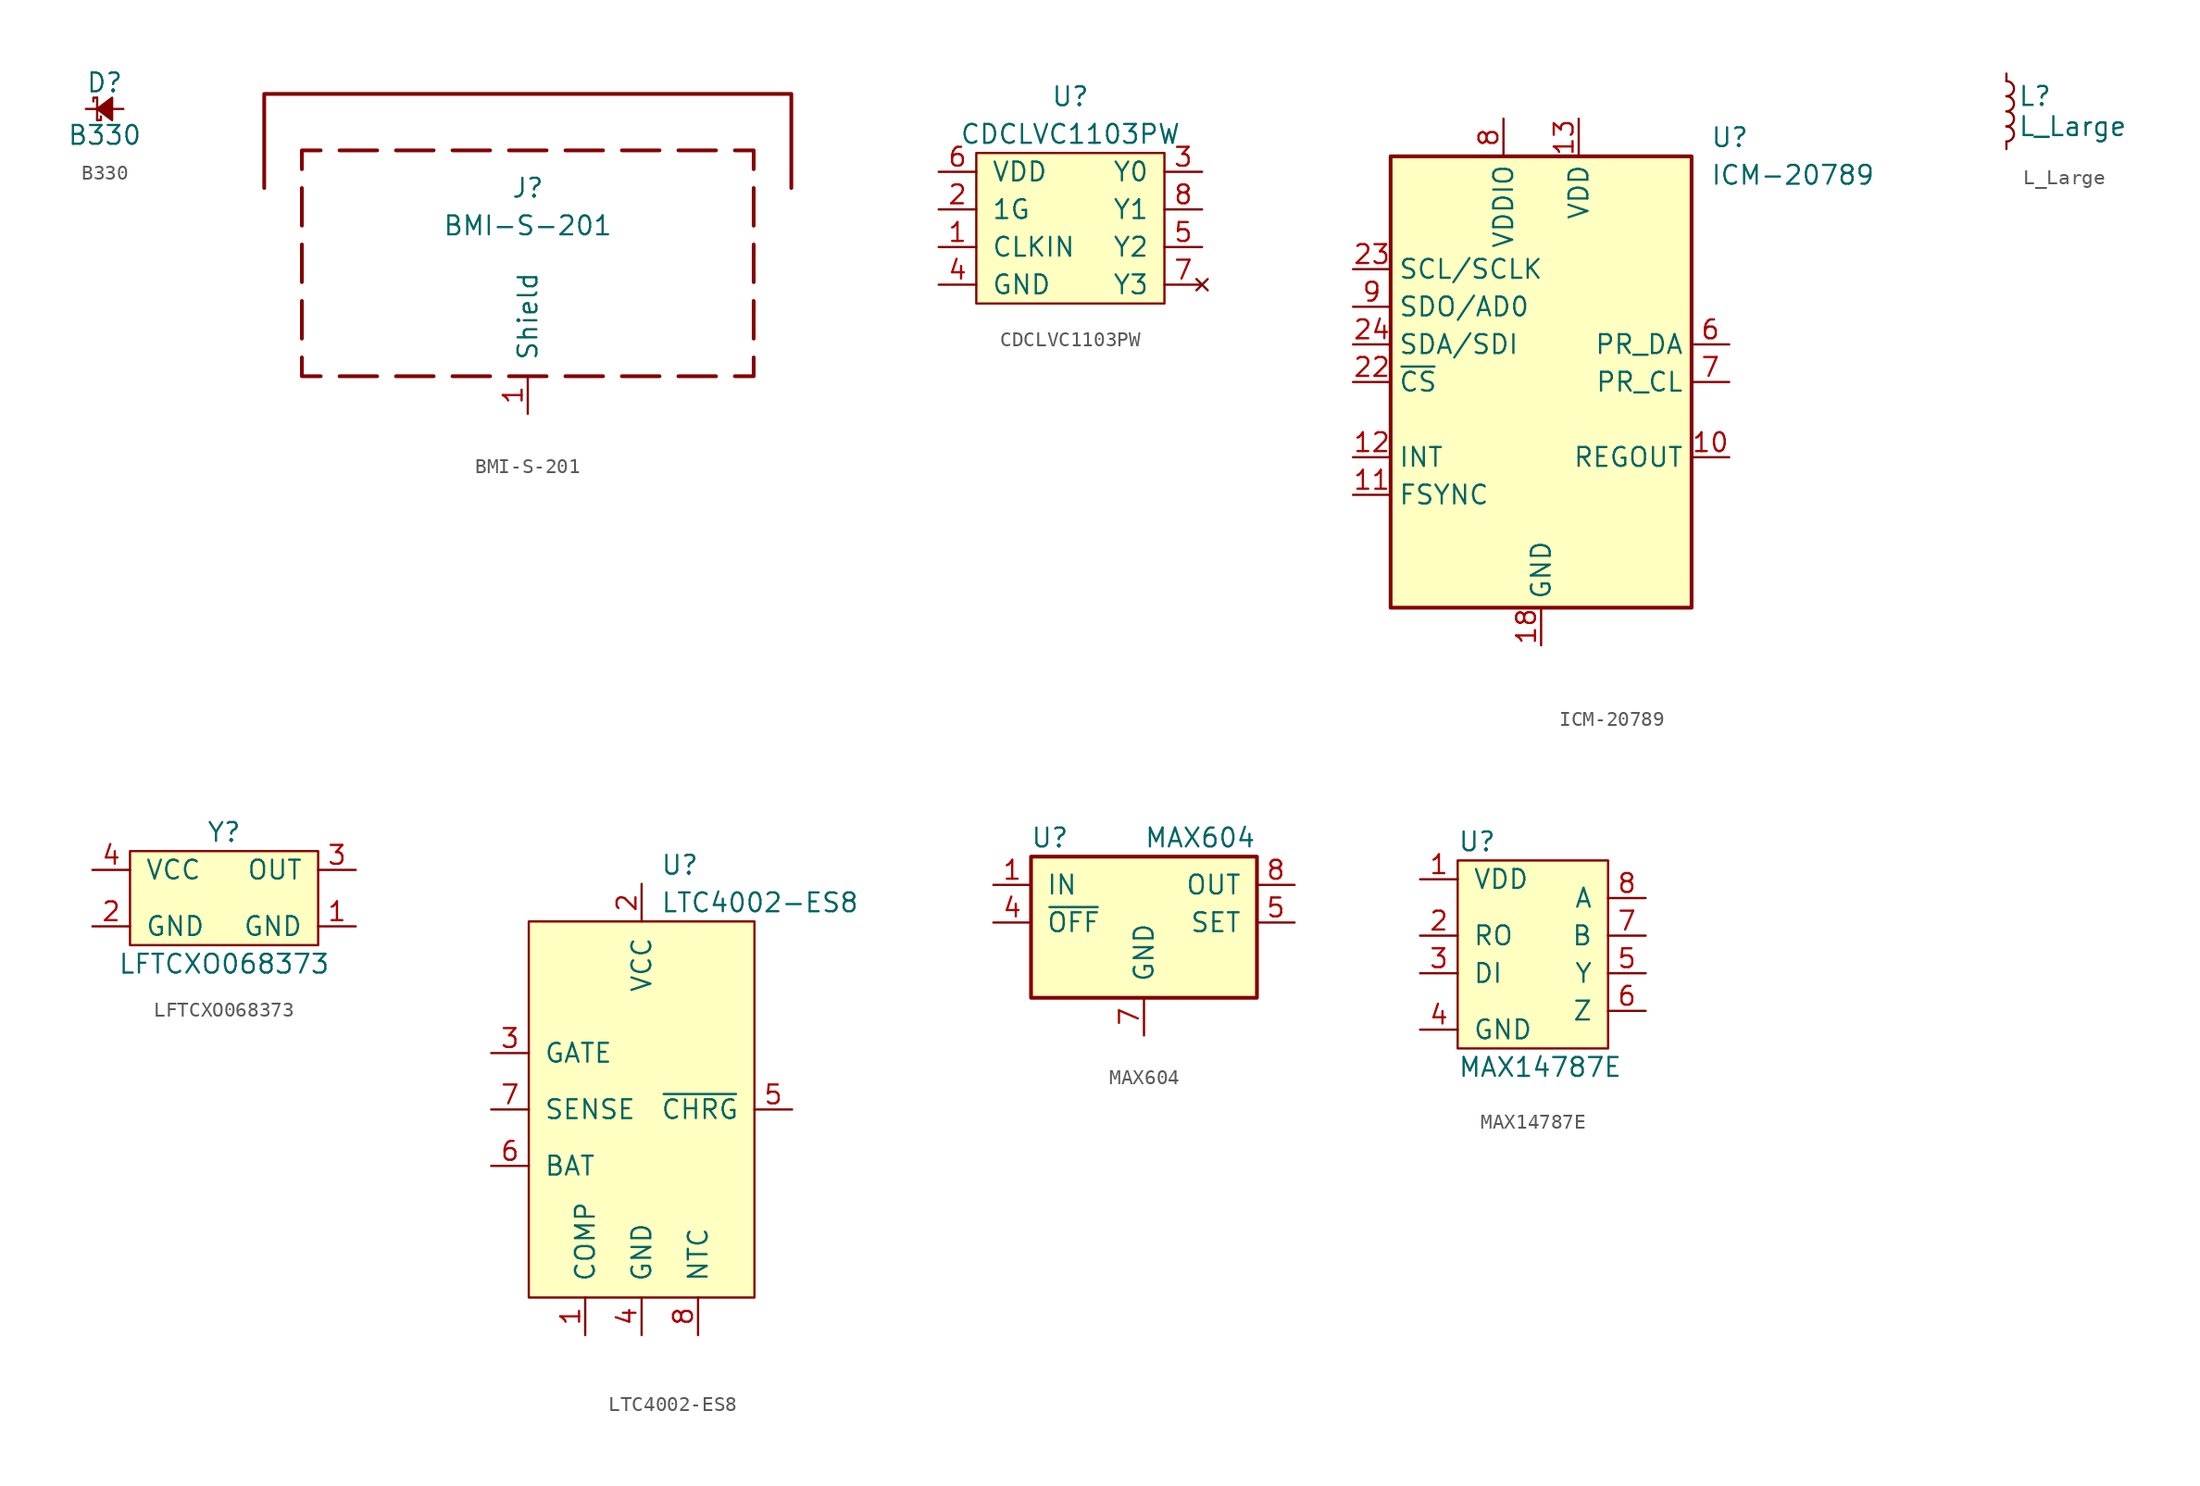
<source format=kicad_sym>
(kicad_symbol_lib
  (version 20211014)
  (generator kicad_symbol_editor)
  (symbol "B330"
    (pin_numbers hide)
    (pin_names
      (offset 1.016) hide)
    (property "Reference" "D"
      (at 1.27 1.778 0)
      (effects (font (size 1.27 1.27))))
    (property "Value" "B330"
      (at 1.27 -1.778 0)
      (effects (font (size 1.27 1.27))))
    (symbol "B330_0_1"
      (polyline (pts (xy 0.762 0.762) (xy 0.762 -0.762)) (stroke (width 0) (type default) (color 0 0 0 0)) (fill (type none)))
      (polyline (pts (xy 0.762 -0.762) (xy 1.016 -0.762) (xy 1.016 -0.508)) (stroke (width 0) (type default) (color 0 0 0 0)) (fill (type none)))
      (polyline (pts (xy 0.762 0.762) (xy 0.508 0.762) (xy 0.508 0.508)) (stroke (width 0) (type default) (color 0 0 0 0)) (fill (type none)))
      (polyline (pts (xy 1.778 0.762) (xy 0.762 0) (xy 1.778 -0.762) (xy 1.778 0.762)) (stroke (width 0) (type default) (color 0 0 0 0)) (fill (type outline))))
    (symbol "B330_1_1"
      (pin passive line (at 0 0 0) (length 0.762) (name "~" (effects (font (size 1.27 1.27)))) (number "1" (effects (font (size 1.27 1.27)))))
      (pin passive line (at 2.54 0 180) (length 0.762) (name "~" (effects (font (size 1.27 1.27)))) (number "2" (effects (font (size 1.27 1.27)))))))
  (symbol "BMI-S-201"
    (pin_names
      (offset 1.016))
    (property "Reference" "J"
      (at 0 5.08 0)
      (effects (font (size 1.27 1.27))))
    (property "Value" "BMI-S-201"
      (at 0 2.54 0)
      (effects (font (size 1.27 1.27))))
    (symbol "BMI-S-201_0_1"
      (polyline (pts (xy -15.24 -5.08) (xy -15.24 -2.54)) (stroke (width 0.254) (type default) (color 0 0 0 0)) (fill (type none)))
      (polyline (pts (xy -15.24 -1.27) (xy -15.24 1.27)) (stroke (width 0.254) (type default) (color 0 0 0 0)) (fill (type none)))
      (polyline (pts (xy -15.24 2.54) (xy -15.24 5.08)) (stroke (width 0.254) (type default) (color 0 0 0 0)) (fill (type none)))
      (polyline (pts (xy -12.7 7.62) (xy -10.16 7.62)) (stroke (width 0.254) (type default) (color 0 0 0 0)) (fill (type none)))
      (polyline (pts (xy -10.16 -7.62) (xy -12.7 -7.62)) (stroke (width 0.254) (type default) (color 0 0 0 0)) (fill (type none)))
      (polyline (pts (xy -6.35 -7.62) (xy -8.89 -7.62)) (stroke (width 0.254) (type default) (color 0 0 0 0)) (fill (type none)))
      (polyline (pts (xy -6.35 7.62) (xy -8.89 7.62)) (stroke (width 0.254) (type default) (color 0 0 0 0)) (fill (type none)))
      (polyline (pts (xy -2.54 -7.62) (xy -5.08 -7.62)) (stroke (width 0.254) (type default) (color 0 0 0 0)) (fill (type none)))
      (polyline (pts (xy -2.54 7.62) (xy -5.08 7.62)) (stroke (width 0.254) (type default) (color 0 0 0 0)) (fill (type none)))
      (polyline (pts (xy -1.27 -7.62) (xy 1.27 -7.62)) (stroke (width 0.254) (type default) (color 0 0 0 0)) (fill (type none)))
      (polyline (pts (xy 1.27 7.62) (xy -1.27 7.62)) (stroke (width 0.254) (type default) (color 0 0 0 0)) (fill (type none)))
      (polyline (pts (xy 2.54 -7.62) (xy 5.08 -7.62)) (stroke (width 0.254) (type default) (color 0 0 0 0)) (fill (type none)))
      (polyline (pts (xy 5.08 7.62) (xy 2.54 7.62)) (stroke (width 0.254) (type default) (color 0 0 0 0)) (fill (type none)))
      (polyline (pts (xy 6.35 -7.62) (xy 8.89 -7.62)) (stroke (width 0.254) (type default) (color 0 0 0 0)) (fill (type none)))
      (polyline (pts (xy 8.89 7.62) (xy 6.35 7.62)) (stroke (width 0.254) (type default) (color 0 0 0 0)) (fill (type none)))
      (polyline (pts (xy 10.16 -7.62) (xy 12.7 -7.62)) (stroke (width 0.254) (type default) (color 0 0 0 0)) (fill (type none)))
      (polyline (pts (xy 12.7 7.62) (xy 10.16 7.62)) (stroke (width 0.254) (type default) (color 0 0 0 0)) (fill (type none)))
      (polyline (pts (xy 15.24 -5.08) (xy 15.24 -2.54)) (stroke (width 0.254) (type default) (color 0 0 0 0)) (fill (type none)))
      (polyline (pts (xy 15.24 -1.27) (xy 15.24 1.27)) (stroke (width 0.254) (type default) (color 0 0 0 0)) (fill (type none)))
      (polyline (pts (xy 15.24 2.54) (xy 15.24 5.08)) (stroke (width 0.254) (type default) (color 0 0 0 0)) (fill (type none)))
      (polyline (pts (xy -15.24 6.35) (xy -15.24 7.62) (xy -13.97 7.62)) (stroke (width 0.254) (type default) (color 0 0 0 0)) (fill (type none)))
      (polyline (pts (xy -13.97 -7.62) (xy -15.24 -7.62) (xy -15.24 -6.35)) (stroke (width 0.254) (type default) (color 0 0 0 0)) (fill (type none)))
      (polyline (pts (xy 13.97 -7.62) (xy 15.24 -7.62) (xy 15.24 -6.35)) (stroke (width 0.254) (type default) (color 0 0 0 0)) (fill (type none)))
      (polyline (pts (xy 15.24 6.35) (xy 15.24 7.62) (xy 13.97 7.62)) (stroke (width 0.254) (type default) (color 0 0 0 0)) (fill (type none)))
      (polyline (pts (xy -17.78 5.08) (xy -17.78 11.43) (xy 17.78 11.43) (xy 17.78 5.08)) (stroke (width 0.254) (type default) (color 0 0 0 0)) (fill (type none))))
    (symbol "BMI-S-201_1_1"
      (pin passive line (at 0 -10.16 90) (length 2.54) (name "Shield" (effects (font (size 1.27 1.27)))) (number "1" (effects (font (size 1.27 1.27)))))))
  (symbol "CDCLVC1103PW"
    (pin_names
      (offset 1.016))
    (property "Reference" "U"
      (at 0 8.89 0)
      (effects (font (size 1.27 1.27))))
    (property "Value" "CDCLVC1103PW"
      (at 0 6.35 0)
      (effects (font (size 1.27 1.27))))
    (symbol "CDCLVC1103PW_0_0"
      (pin input line (at -8.89 -1.27 0) (length 2.54) (name "CLKIN" (effects (font (size 1.27 1.27)))) (number "1" (effects (font (size 1.27 1.27)))))
      (pin input line (at -8.89 1.27 0) (length 2.54) (name "1G" (effects (font (size 1.27 1.27)))) (number "2" (effects (font (size 1.27 1.27)))))
      (pin output line (at 8.89 3.81 180) (length 2.54) (name "Y0" (effects (font (size 1.27 1.27)))) (number "3" (effects (font (size 1.27 1.27)))))
      (pin power_in line (at -8.89 -3.81 0) (length 2.54) (name "GND" (effects (font (size 1.27 1.27)))) (number "4" (effects (font (size 1.27 1.27)))))
      (pin output line (at 8.89 -1.27 180) (length 2.54) (name "Y2" (effects (font (size 1.27 1.27)))) (number "5" (effects (font (size 1.27 1.27)))))
      (pin power_in line (at -8.89 3.81 0) (length 2.54) (name "VDD" (effects (font (size 1.27 1.27)))) (number "6" (effects (font (size 1.27 1.27)))))
      (pin no_connect line (at 8.89 -3.81 180) (length 2.54) (name "Y3" (effects (font (size 1.27 1.27)))) (number "7" (effects (font (size 1.27 1.27)))))
      (pin output line (at 8.89 1.27 180) (length 2.54) (name "Y1" (effects (font (size 1.27 1.27)))) (number "8" (effects (font (size 1.27 1.27))))))
    (symbol "CDCLVC1103PW_0_1"
      (rectangle (start -6.35 5.08) (end 6.35 -5.08) (stroke (width 0) (type default) (color 0 0 0 0)) (fill (type background)))))
  (symbol "ICM-20789"
    (property "Reference" "U"
      (at 11.43 16.51 0)
      (effects (font (size 1.27 1.27)) (justify left)))
    (property "Value" "ICM-20789"
      (at 11.43 13.97 0)
      (effects (font (size 1.27 1.27)) (justify left)))
    (symbol "ICM-20789_0_1"
      (rectangle (start -10.16 15.24) (end 10.16 -15.24) (stroke (width 0.254) (type default) (color 0 0 0 0)) (fill (type background))))
    (symbol "ICM-20789_1_1"
      (pin no_connect line (at -12.7 12.7 0) (length 2.54) hide (name "NC" (effects (font (size 1.27 1.27)))) (number "1" (effects (font (size 1.27 1.27)))))
      (pin passive line (at 12.7 -5.08 180) (length 2.54) (name "REGOUT" (effects (font (size 1.27 1.27)))) (number "10" (effects (font (size 1.27 1.27)))))
      (pin input line (at -12.7 -7.62 0) (length 2.54) (name "FSYNC" (effects (font (size 1.27 1.27)))) (number "11" (effects (font (size 1.27 1.27)))))
      (pin output line (at -12.7 -5.08 0) (length 2.54) (name "INT" (effects (font (size 1.27 1.27)))) (number "12" (effects (font (size 1.27 1.27)))))
      (pin power_in line (at 2.54 17.78 270) (length 2.54) (name "VDD" (effects (font (size 1.27 1.27)))) (number "13" (effects (font (size 1.27 1.27)))))
      (pin no_connect line (at 12.7 10.16 180) (length 2.54) hide (name "NC" (effects (font (size 1.27 1.27)))) (number "14" (effects (font (size 1.27 1.27)))))
      (pin no_connect line (at 12.7 7.62 180) (length 2.54) hide (name "NC" (effects (font (size 1.27 1.27)))) (number "15" (effects (font (size 1.27 1.27)))))
      (pin no_connect line (at 12.7 -7.62 180) (length 2.54) hide (name "NC" (effects (font (size 1.27 1.27)))) (number "16" (effects (font (size 1.27 1.27)))))
      (pin no_connect line (at 12.7 -10.16 180) (length 2.54) hide (name "NC" (effects (font (size 1.27 1.27)))) (number "17" (effects (font (size 1.27 1.27)))))
      (pin power_in line (at 0 -17.78 90) (length 2.54) (name "GND" (effects (font (size 1.27 1.27)))) (number "18" (effects (font (size 1.27 1.27)))))
      (pin no_connect line (at 12.7 -12.7 180) (length 2.54) hide (name "NC" (effects (font (size 1.27 1.27)))) (number "19" (effects (font (size 1.27 1.27)))))
      (pin no_connect line (at -12.7 10.16 0) (length 2.54) hide (name "NC" (effects (font (size 1.27 1.27)))) (number "2" (effects (font (size 1.27 1.27)))))
      (pin no_connect line (at 0 -17.78 90) (length 2.54) hide (name "NC" (effects (font (size 1.27 1.27)))) (number "20" (effects (font (size 1.27 1.27)))))
      (pin no_connect line (at 12.7 5.08 180) (length 2.54) hide (name "NC" (effects (font (size 1.27 1.27)))) (number "21" (effects (font (size 1.27 1.27)))))
      (pin input line (at -12.7 0 0) (length 2.54) (name "~{CS}" (effects (font (size 1.27 1.27)))) (number "22" (effects (font (size 1.27 1.27)))))
      (pin input line (at -12.7 7.62 0) (length 2.54) (name "SCL/SCLK" (effects (font (size 1.27 1.27)))) (number "23" (effects (font (size 1.27 1.27)))))
      (pin bidirectional line (at -12.7 2.54 0) (length 2.54) (name "SDA/SDI" (effects (font (size 1.27 1.27)))) (number "24" (effects (font (size 1.27 1.27)))))
      (pin no_connect line (at -12.7 -2.54 0) (length 2.54) hide (name "NC" (effects (font (size 1.27 1.27)))) (number "3" (effects (font (size 1.27 1.27)))))
      (pin no_connect line (at -12.7 -10.16 0) (length 2.54) hide (name "NC" (effects (font (size 1.27 1.27)))) (number "4" (effects (font (size 1.27 1.27)))))
      (pin no_connect line (at -12.7 -12.7 0) (length 2.54) hide (name "NC" (effects (font (size 1.27 1.27)))) (number "5" (effects (font (size 1.27 1.27)))))
      (pin bidirectional line (at 12.7 2.54 180) (length 2.54) (name "PR_DA" (effects (font (size 1.27 1.27)))) (number "6" (effects (font (size 1.27 1.27)))))
      (pin input line (at 12.7 0 180) (length 2.54) (name "PR_CL" (effects (font (size 1.27 1.27)))) (number "7" (effects (font (size 1.27 1.27)))))
      (pin power_in line (at -2.54 17.78 270) (length 2.54) (name "VDDIO" (effects (font (size 1.27 1.27)))) (number "8" (effects (font (size 1.27 1.27)))))
      (pin bidirectional line (at -12.7 5.08 0) (length 2.54) (name "SDO/AD0" (effects (font (size 1.27 1.27)))) (number "9" (effects (font (size 1.27 1.27)))))))
  (symbol "L_Large"
    (pin_numbers hide)
    (pin_names
      (offset 0.254) hide)
    (property "Reference" "L"
      (at 0.762 1.016 0)
      (effects (font (size 1.27 1.27)) (justify left)))
    (property "Value" "L_Large"
      (at 0.762 -1.016 0)
      (effects (font (size 1.27 1.27)) (justify left)))
    (symbol "L_Large_0_1"
      (arc (start 0 -2.032) (mid 0.508 -1.524) (end 0 -1.016) (stroke (width 0) (type default) (color 0 0 0 0)) (fill (type none)))
      (arc (start 0 -1.016) (mid 0.508 -0.508) (end 0 0) (stroke (width 0) (type default) (color 0 0 0 0)) (fill (type none)))
      (arc (start 0 0) (mid 0.508 0.508) (end 0 1.016) (stroke (width 0) (type default) (color 0 0 0 0)) (fill (type none)))
      (arc (start 0 1.016) (mid 0.508 1.524) (end 0 2.032) (stroke (width 0) (type default) (color 0 0 0 0)) (fill (type none))))
    (symbol "L_Large_1_1"
      (pin passive line (at 0 2.54 270) (length 0.508) (name "~" (effects (font (size 1.27 1.27)))) (number "1" (effects (font (size 1.27 1.27)))))
      (pin passive line (at 0 -2.54 90) (length 0.508) (name "~" (effects (font (size 1.27 1.27)))) (number "2" (effects (font (size 1.27 1.27)))))))
  (symbol "LFTCXO068373"
    (pin_names
      (offset 1.016))
    (property "Reference" "Y"
      (at 0 3.81 0)
      (effects (font (size 1.27 1.27))))
    (property "Value" "LFTCXO068373"
      (at 0 -5.08 0)
      (effects (font (size 1.27 1.27))))
    (symbol "LFTCXO068373_0_1"
      (rectangle (start -6.35 2.54) (end 6.35 -3.81) (stroke (width 0) (type default) (color 0 0 0 0)) (fill (type background))))
    (symbol "LFTCXO068373_1_1"
      (pin power_in line (at 8.89 -2.54 180) (length 2.54) (name "GND" (effects (font (size 1.27 1.27)))) (number "1" (effects (font (size 1.27 1.27)))))
      (pin power_in line (at -8.89 -2.54 0) (length 2.54) (name "GND" (effects (font (size 1.27 1.27)))) (number "2" (effects (font (size 1.27 1.27)))))
      (pin output line (at 8.89 1.27 180) (length 2.54) (name "OUT" (effects (font (size 1.27 1.27)))) (number "3" (effects (font (size 1.27 1.27)))))
      (pin power_in line (at -8.89 1.27 0) (length 2.54) (name "VCC" (effects (font (size 1.27 1.27)))) (number "4" (effects (font (size 1.27 1.27)))))))
  (symbol "LTC4002-ES8"
    (pin_names
      (offset 1.016))
    (property "Reference" "U"
      (at 1.27 16.51 0)
      (effects (font (size 1.27 1.27)) (justify left)))
    (property "Value" "LTC4002-ES8"
      (at 1.27 13.97 0)
      (effects (font (size 1.27 1.27)) (justify left)))
    (symbol "LTC4002-ES8_0_0"
      (pin input line (at -3.81 -15.24 90) (length 2.54) (name "COMP" (effects (font (size 1.27 1.27)))) (number "1" (effects (font (size 1.27 1.27)))))
      (pin power_in line (at 0 15.24 270) (length 2.54) (name "VCC" (effects (font (size 1.27 1.27)))) (number "2" (effects (font (size 1.27 1.27)))))
      (pin output line (at -10.16 3.81 0) (length 2.54) (name "GATE" (effects (font (size 1.27 1.27)))) (number "3" (effects (font (size 1.27 1.27)))))
      (pin power_in line (at 0 -15.24 90) (length 2.54) (name "GND" (effects (font (size 1.27 1.27)))) (number "4" (effects (font (size 1.27 1.27)))))
      (pin output line (at 10.16 0 180) (length 2.54) (name "~{CHRG}" (effects (font (size 1.27 1.27)))) (number "5" (effects (font (size 1.27 1.27)))))
      (pin input line (at -10.16 -3.81 0) (length 2.54) (name "BAT" (effects (font (size 1.27 1.27)))) (number "6" (effects (font (size 1.27 1.27)))))
      (pin input line (at -10.16 0 0) (length 2.54) (name "SENSE" (effects (font (size 1.27 1.27)))) (number "7" (effects (font (size 1.27 1.27)))))
      (pin input line (at 3.81 -15.24 90) (length 2.54) (name "NTC" (effects (font (size 1.27 1.27)))) (number "8" (effects (font (size 1.27 1.27))))))
    (symbol "LTC4002-ES8_0_1"
      (rectangle (start -7.62 12.7) (end 7.62 -12.7) (stroke (width 0) (type default) (color 0 0 0 0)) (fill (type background)))))
  (symbol "MAX604"
    (pin_names
      (offset 1.016))
    (property "Reference" "U"
      (at -6.35 5.715 0)
      (effects (font (size 1.27 1.27))))
    (property "Value" "MAX604"
      (at 0 5.715 0)
      (effects (font (size 1.27 1.27)) (justify left)))
    (symbol "MAX604_0_1"
      (rectangle (start -7.62 4.445) (end 7.62 -5.08) (stroke (width 0.254) (type default) (color 0 0 0 0)) (fill (type background))))
    (symbol "MAX604_1_1"
      (pin power_in line (at -10.16 2.54 0) (length 2.54) (name "IN" (effects (font (size 1.27 1.27)))) (number "1" (effects (font (size 1.27 1.27)))))
      (pin passive line (at 0 -7.62 90) (length 2.54) hide (name "GND" (effects (font (size 1.27 1.27)))) (number "2" (effects (font (size 1.27 1.27)))))
      (pin passive line (at 0 -7.62 90) (length 2.54) hide (name "GND" (effects (font (size 1.27 1.27)))) (number "3" (effects (font (size 1.27 1.27)))))
      (pin input line (at -10.16 0 0) (length 2.54) (name "~{OFF}" (effects (font (size 1.27 1.27)))) (number "4" (effects (font (size 1.27 1.27)))))
      (pin passive line (at 10.16 0 180) (length 2.54) (name "SET" (effects (font (size 1.27 1.27)))) (number "5" (effects (font (size 1.27 1.27)))))
      (pin passive line (at 0 -7.62 90) (length 2.54) hide (name "GND" (effects (font (size 1.27 1.27)))) (number "6" (effects (font (size 1.27 1.27)))))
      (pin power_in line (at 0 -7.62 90) (length 2.54) (name "GND" (effects (font (size 1.27 1.27)))) (number "7" (effects (font (size 1.27 1.27)))))
      (pin power_out line (at 10.16 2.54 180) (length 2.54) (name "OUT" (effects (font (size 1.27 1.27)))) (number "8" (effects (font (size 1.27 1.27)))))))
  (symbol "MAX14787E"
    (pin_names
      (offset 1.016))
    (property "Reference" "U"
      (at -5.08 7.62 0)
      (effects (font (size 1.27 1.27)) (justify left)))
    (property "Value" "MAX14787E"
      (at -5.08 -7.62 0)
      (effects (font (size 1.27 1.27)) (justify left)))
    (symbol "MAX14787E_0_0"
      (pin power_in line (at -7.62 5.08 0) (length 2.54) (name "VDD" (effects (font (size 1.27 1.27)))) (number "1" (effects (font (size 1.27 1.27)))))
      (pin output line (at -7.62 1.27 0) (length 2.54) (name "RO" (effects (font (size 1.27 1.27)))) (number "2" (effects (font (size 1.27 1.27)))))
      (pin input line (at -7.62 -1.27 0) (length 2.54) (name "DI" (effects (font (size 1.27 1.27)))) (number "3" (effects (font (size 1.27 1.27)))))
      (pin power_in line (at -7.62 -5.08 0) (length 2.54) (name "GND" (effects (font (size 1.27 1.27)))) (number "4" (effects (font (size 1.27 1.27)))))
      (pin output line (at 7.62 -1.27 180) (length 2.54) (name "Y" (effects (font (size 1.27 1.27)))) (number "5" (effects (font (size 1.27 1.27)))))
      (pin output line (at 7.62 -3.81 180) (length 2.54) (name "Z" (effects (font (size 1.27 1.27)))) (number "6" (effects (font (size 1.27 1.27)))))
      (pin input line (at 7.62 1.27 180) (length 2.54) (name "B" (effects (font (size 1.27 1.27)))) (number "7" (effects (font (size 1.27 1.27)))))
      (pin input line (at 7.62 3.81 180) (length 2.54) (name "A" (effects (font (size 1.27 1.27)))) (number "8" (effects (font (size 1.27 1.27))))))
    (symbol "MAX14787E_0_1"
      (rectangle (start -5.08 6.35) (end 5.08 -6.35) (stroke (width 0) (type default) (color 0 0 0 0)) (fill (type background))))))
</source>
